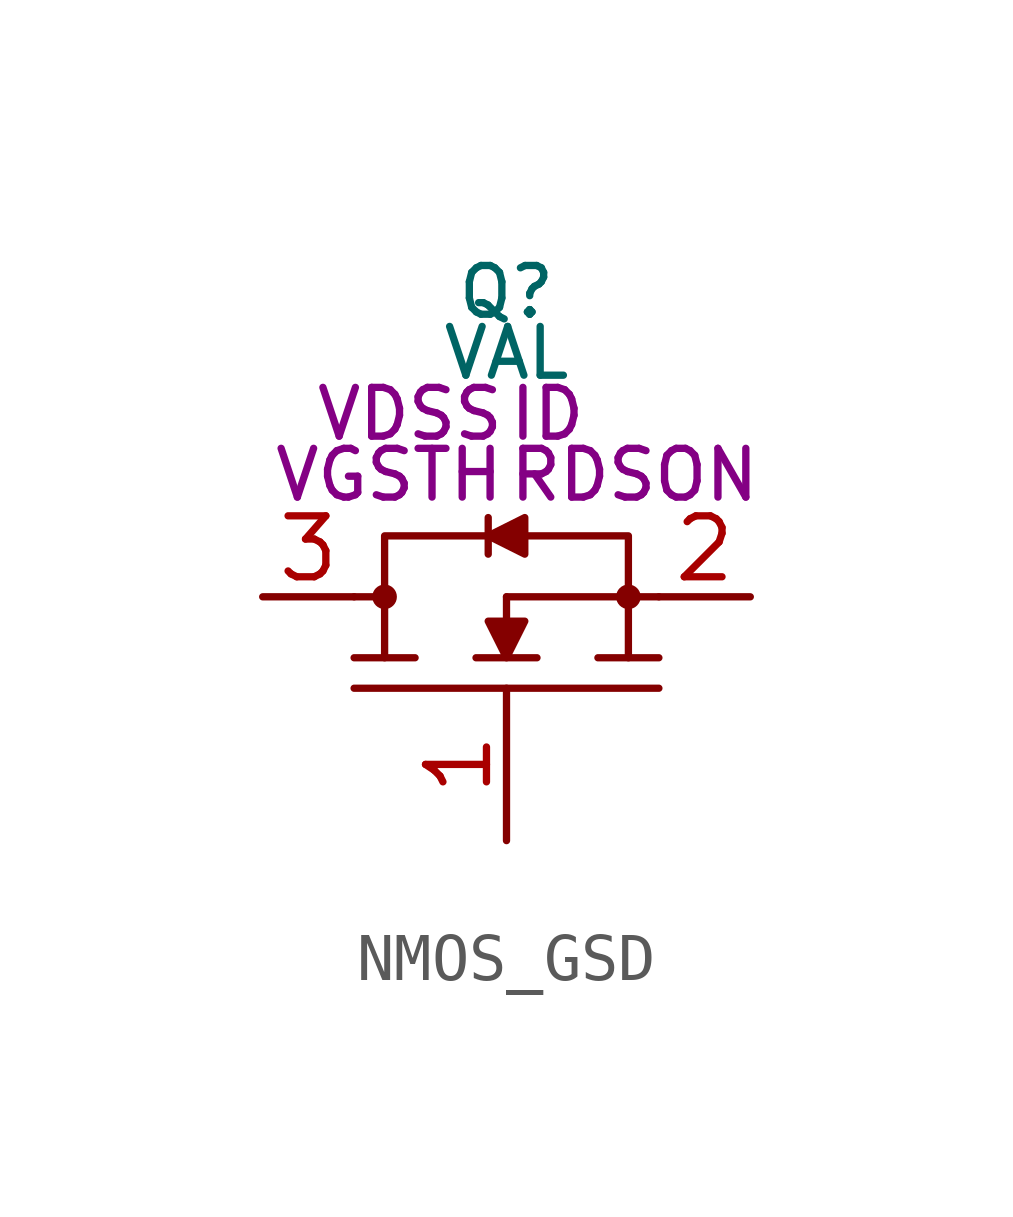
<source format=kicad_sym>
(kicad_symbol_lib
  (version 20231120)
  (generator "kicad_symbol_editor")
  (generator_version "8.0")
  (symbol "NMOS_GSD"
    (pin_names hide)
    (property "Reference" "Q"
      (at 0 6.35 0)
      (do_not_autoplace)
      (effects (font (size 1.016 1.016))))
    (property "Value" "VAL"
      (at 0 5.08 0)
      (do_not_autoplace)
      (effects (font (size 1.016 1.016))))
    (property "VDSS" "VDSS"
      (at 0 3.81 0)
      (do_not_autoplace)
      (effects (font (size 1.016 1.016)) (justify right)))
    (property "VGSTH" "VGSTH"
      (at 0 2.54 0)
      (do_not_autoplace)
      (effects (font (size 1.016 1.016)) (justify right)))
    (property "ID" "ID"
      (at 0 3.81 0)
      (do_not_autoplace)
      (effects (font (size 1.016 1.016)) (justify left)))
    (property "RDSON" "RDSON"
      (at 0 2.54 0)
      (do_not_autoplace)
      (effects (font (size 1.016 1.016)) (justify left)))
    (symbol "NMOS_GSD_0_1"
      (polyline (pts (xy -3.175 -1.27) (xy -1.905 -1.27)) (stroke (width 0) (type default)) (fill (type none)))
      (polyline (pts (xy -0.635 -1.27) (xy 0.635 -1.27)) (stroke (width 0) (type default)) (fill (type none)))
      (polyline (pts (xy 0 0) (xy 0 -0.508)) (stroke (width 0) (type default)) (fill (type none)))
      (polyline (pts (xy 1.905 -1.27) (xy 3.175 -1.27)) (stroke (width 0) (type default)) (fill (type none)))
      (polyline (pts (xy -2.54 -1.27) (xy -2.54 0) (xy -3.175 0)) (stroke (width 0) (type default)) (fill (type none)))
      (polyline (pts (xy 2.54 -1.27) (xy 2.54 0) (xy 3.175 0)) (stroke (width 0) (type default)) (fill (type none))))
    (symbol "NMOS_GSD_1_0"
      (pin passive line (at 0 -5.08 90) (length 3.175) (name "" (effects (font (size 1.27 1.27)))) (number "1" (effects (font (size 1.27 1.27)))))
      (pin passive line (at 5.08 0 180) (length 1.905) (name "" (effects (font (size 1.27 1.27)))) (number "2" (effects (font (size 1.27 1.27)))))
      (pin passive line (at -5.08 0 0) (length 1.905) (name "" (effects (font (size 1.27 1.27)))) (number "3" (effects (font (size 1.27 1.27))))))
    (symbol "NMOS_GSD_1_1"
      (circle (center -2.54 0) (radius 0.18) (stroke (width 0) (type default)) (fill (type outline)))
      (polyline (pts (xy -3.175 -1.905) (xy 3.175 -1.905)) (stroke (width 0) (type default)) (fill (type none)))
      (polyline (pts (xy -0.381 1.651) (xy -0.381 0.889)) (stroke (width 0) (type default)) (fill (type none)))
      (polyline (pts (xy 0 0) (xy 2.54 0)) (stroke (width 0) (type default)) (fill (type none)))
      (polyline (pts (xy -2.54 0) (xy -2.54 1.27) (xy -0.381 1.27)) (stroke (width 0) (type default)) (fill (type none)))
      (polyline (pts (xy 0.381 1.27) (xy 2.54 1.27) (xy 2.54 0)) (stroke (width 0) (type default)) (fill (type none)))
      (polyline (pts (xy -0.381 1.27) (xy 0.381 0.889) (xy 0.381 1.651) (xy -0.381 1.27)) (stroke (width 0) (type default)) (fill (type outline)))
      (polyline (pts (xy 0 -1.27) (xy 0.381 -0.508) (xy -0.381 -0.508) (xy 0 -1.27)) (stroke (width 0) (type default)) (fill (type outline)))
      (circle (center 2.54 0) (radius 0.18) (stroke (width 0) (type default)) (fill (type outline))))))
</source>
